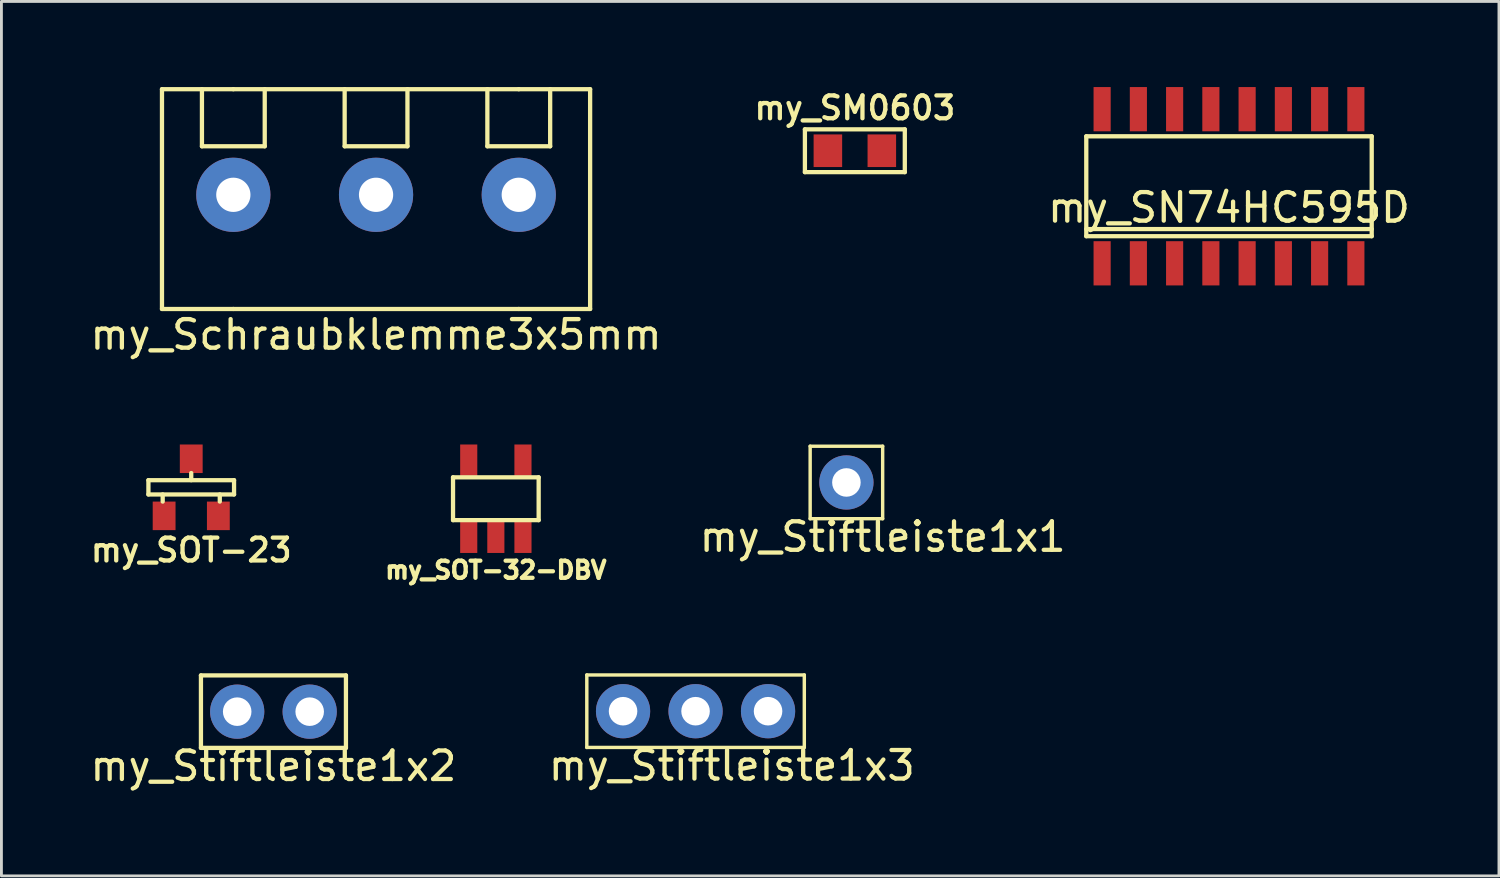
<source format=kicad_pcb>
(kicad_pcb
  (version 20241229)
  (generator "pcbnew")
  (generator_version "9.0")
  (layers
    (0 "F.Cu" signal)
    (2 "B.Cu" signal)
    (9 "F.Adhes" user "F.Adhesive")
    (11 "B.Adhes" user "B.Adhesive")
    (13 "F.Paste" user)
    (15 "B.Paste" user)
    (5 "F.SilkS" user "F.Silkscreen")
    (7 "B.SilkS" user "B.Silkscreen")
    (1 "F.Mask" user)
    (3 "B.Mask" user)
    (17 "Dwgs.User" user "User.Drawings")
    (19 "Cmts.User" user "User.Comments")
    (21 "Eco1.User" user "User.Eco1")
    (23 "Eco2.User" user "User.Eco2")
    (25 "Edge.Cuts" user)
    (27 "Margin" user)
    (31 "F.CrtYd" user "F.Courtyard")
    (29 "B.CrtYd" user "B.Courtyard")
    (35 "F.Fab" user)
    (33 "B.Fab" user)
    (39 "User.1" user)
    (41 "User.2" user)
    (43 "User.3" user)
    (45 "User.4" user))
  (footprint "my_Stiftleiste1x3"
    (layer "F.Cu")
    (at 21.319 21.867)
    (property "Reference" "my_Stiftleiste1x3" (at 1.27 1.905 0) (layer "F.SilkS") (effects (font (size 1 1) (thickness 0.15))))
    (attr through_hole)
    (fp_line (start -3.81 -1.27) (end 3.81 -1.27) (stroke (width 0.12) (type solid)) (layer "F.SilkS"))
    (fp_line (start -3.81 1.27) (end -3.81 -1.27) (stroke (width 0.12) (type solid)) (layer "F.SilkS"))
    (fp_line (start 3.81 -1.27) (end 3.81 1.27) (stroke (width 0.12) (type solid)) (layer "F.SilkS"))
    (fp_line (start 3.81 1.27) (end -3.81 1.27) (stroke (width 0.12) (type solid)) (layer "F.SilkS"))
    (pad "1" thru_hole circle (at -2.54 0) (size 1.9 1.9) (drill 1) (layers "*.Cu" "*.Mask"))
    (pad "2" thru_hole circle (at 0 0) (size 1.9 1.9) (drill 1) (layers "*.Cu" "*.Mask"))
    (pad "3" thru_hole circle (at 2.54 0) (size 1.9 1.9) (drill 1) (layers "*.Cu" "*.Mask")))
  (footprint "my_Schraubklemme3x5mm"
    (layer "F.Cu")
    (at 10.125 3.775)
    (property "Reference" "my_Schraubklemme3x5mm" (at 0 4.9 0) (layer "F.SilkS") (effects (font (size 1 1) (thickness 0.15))))
    (attr through_hole)
    (fp_line (start -7.5 -3.7) (end -7.5 4) (stroke (width 0.15) (type solid)) (layer "F.SilkS"))
    (fp_line (start -7.5 4) (end -5 4) (stroke (width 0.15) (type solid)) (layer "F.SilkS"))
    (fp_line (start -6.1 -3.7) (end -6.1 -1.7) (stroke (width 0.15) (type solid)) (layer "F.SilkS"))
    (fp_line (start -6.1 -1.7) (end -3.9 -1.7) (stroke (width 0.15) (type solid)) (layer "F.SilkS"))
    (fp_line (start -5 -3.7) (end -7.5 -3.7) (stroke (width 0.15) (type solid)) (layer "F.SilkS"))
    (fp_line (start -5 -3.7) (end 5 -3.7) (stroke (width 0.15) (type solid)) (layer "F.SilkS"))
    (fp_line (start -3.9 -1.7) (end -3.9 -3.7) (stroke (width 0.15) (type solid)) (layer "F.SilkS"))
    (fp_line (start -1.1 -3.7) (end -1.1 -1.7) (stroke (width 0.15) (type solid)) (layer "F.SilkS"))
    (fp_line (start -1.1 -1.7) (end 1.1 -1.7) (stroke (width 0.15) (type solid)) (layer "F.SilkS"))
    (fp_line (start 1.1 -1.7) (end 1.1 -3.7) (stroke (width 0.15) (type solid)) (layer "F.SilkS"))
    (fp_line (start 3.9 -3.7) (end 3.9 -1.7) (stroke (width 0.15) (type solid)) (layer "F.SilkS"))
    (fp_line (start 3.9 -1.7) (end 6.1 -1.7) (stroke (width 0.15) (type solid)) (layer "F.SilkS"))
    (fp_line (start 5 -3.7) (end 7.5 -3.7) (stroke (width 0.15) (type solid)) (layer "F.SilkS"))
    (fp_line (start 5 4) (end -5 4) (stroke (width 0.15) (type solid)) (layer "F.SilkS"))
    (fp_line (start 6.1 -1.7) (end 6.1 -3.7) (stroke (width 0.15) (type solid)) (layer "F.SilkS"))
    (fp_line (start 7.5 -3.7) (end 7.5 4) (stroke (width 0.15) (type solid)) (layer "F.SilkS"))
    (fp_line (start 7.5 4) (end 5 4) (stroke (width 0.15) (type solid)) (layer "F.SilkS"))
    (pad "1" thru_hole circle (at 5 0) (size 2.6 2.6) (drill 1.2) (layers "*.Cu" "*.Mask"))
    (pad "2" thru_hole circle (at 0 0) (size 2.6 2.6) (drill 1.2) (layers "*.Cu" "*.Mask"))
    (pad "3" thru_hole circle (at -5 0) (size 2.6 2.6) (drill 1.2) (layers "*.Cu" "*.Mask")))
  (footprint "my_Stiftleiste1x2"
    (layer "F.Cu")
    (at 6.53 21.883)
    (property "Reference" "my_Stiftleiste1x2" (at 0 1.905 0) (layer "F.SilkS") (effects (font (size 1 1) (thickness 0.15))))
    (attr through_hole)
    (fp_line (start -2.54 -1.27) (end 2.54 -1.27) (stroke (width 0.15) (type solid)) (layer "F.SilkS"))
    (fp_line (start -2.54 1.27) (end -2.54 -1.27) (stroke (width 0.15) (type solid)) (layer "F.SilkS"))
    (fp_line (start 2.54 -1.27) (end 2.54 1.27) (stroke (width 0.15) (type solid)) (layer "F.SilkS"))
    (fp_line (start 2.54 1.27) (end -2.54 1.27) (stroke (width 0.15) (type solid)) (layer "F.SilkS"))
    (pad "1" thru_hole circle (at -1.27 0) (size 1.9 1.9) (drill 1) (layers "*.Cu" "*.Mask"))
    (pad "2" thru_hole circle (at 1.27 0) (size 1.9 1.9) (drill 1) (layers "*.Cu" "*.Mask")))
  (footprint "my_Stiftleiste1x1"
    (layer "F.Cu")
    (at 26.604 13.853)
    (property "Reference" "my_Stiftleiste1x1" (at 1.27 1.905 0) (layer "F.SilkS") (effects (font (size 1 1) (thickness 0.15))))
    (attr through_hole)
    (fp_line (start -1.27 -1.27) (end -1.27 1.27) (stroke (width 0.12) (type solid)) (layer "F.SilkS"))
    (fp_line (start -1.27 1.27) (end 1.27 1.27) (stroke (width 0.12) (type solid)) (layer "F.SilkS"))
    (fp_line (start 1.27 -1.27) (end -1.27 -1.27) (stroke (width 0.12) (type solid)) (layer "F.SilkS"))
    (fp_line (start 1.27 1.27) (end 1.27 -1.27) (stroke (width 0.12) (type solid)) (layer "F.SilkS"))
    (pad "1" thru_hole circle (at 0 0) (size 1.9 1.9) (drill 1) (layers "*.Cu" "*.Mask")))
  (footprint "my_SN74HC595D"
    (layer "F.Cu")
    (at 40.008 3.475)
    (property "Reference" "my_SN74HC595D" (at 0 0.75 0) (layer "F.SilkS") (effects (font (size 1 1) (thickness 0.15))))
    (attr through_hole)
    (fp_line (start -5 -1.75) (end 5 -1.75) (stroke (width 0.15) (type solid)) (layer "F.SilkS"))
    (fp_line (start -5 1.75) (end -5 -1.75) (stroke (width 0.15) (type solid)) (layer "F.SilkS"))
    (fp_line (start 5 -1.75) (end 5 1.75) (stroke (width 0.15) (type solid)) (layer "F.SilkS"))
    (fp_line (start 5 1.5) (end -5 1.5) (stroke (width 0.15) (type solid)) (layer "F.SilkS"))
    (fp_line (start 5 1.75) (end -5 1.75) (stroke (width 0.15) (type solid)) (layer "F.SilkS"))
    (pad "1" smd rect (at -4.445 2.7) (size 0.6 1.55) (layers "F.Cu" "F.Mask" "F.Paste"))
    (pad "2" smd rect (at -3.175 2.7) (size 0.6 1.55) (layers "F.Cu" "F.Mask" "F.Paste"))
    (pad "3" smd rect (at -1.905 2.7) (size 0.6 1.55) (layers "F.Cu" "F.Mask" "F.Paste"))
    (pad "4" smd rect (at -0.635 2.7) (size 0.6 1.55) (layers "F.Cu" "F.Mask" "F.Paste"))
    (pad "5" smd rect (at 0.635 2.7) (size 0.6 1.55) (layers "F.Cu" "F.Mask" "F.Paste"))
    (pad "6" smd rect (at 1.905 2.7) (size 0.6 1.55) (layers "F.Cu" "F.Mask" "F.Paste"))
    (pad "7" smd rect (at 3.175 2.7) (size 0.6 1.55) (layers "F.Cu" "F.Mask" "F.Paste"))
    (pad "8" smd rect (at 4.445 2.7) (size 0.6 1.55) (layers "F.Cu" "F.Mask" "F.Paste"))
    (pad "9" smd rect (at 4.445 -2.7) (size 0.6 1.55) (layers "F.Cu" "F.Mask" "F.Paste"))
    (pad "10" smd rect (at 3.175 -2.7) (size 0.6 1.55) (layers "F.Cu" "F.Mask" "F.Paste"))
    (pad "11" smd rect (at 1.905 -2.7) (size 0.6 1.55) (layers "F.Cu" "F.Mask" "F.Paste"))
    (pad "12" smd rect (at 0.635 -2.7) (size 0.6 1.55) (layers "F.Cu" "F.Mask" "F.Paste"))
    (pad "13" smd rect (at -0.635 -2.7) (size 0.6 1.55) (layers "F.Cu" "F.Mask" "F.Paste"))
    (pad "14" smd rect (at -1.905 -2.7) (size 0.6 1.55) (layers "F.Cu" "F.Mask" "F.Paste"))
    (pad "15" smd rect (at -3.175 -2.7) (size 0.6 1.55) (layers "F.Cu" "F.Mask" "F.Paste"))
    (pad "16" smd rect (at -4.445 -2.7) (size 0.6 1.55) (layers "F.Cu" "F.Mask" "F.Paste")))
  (footprint "my_SOT-23"
    (layer "F.Cu")
    (at 3.65 14.023)
    (property "Reference" "my_SOT-23" (at 0 2.2 0) (layer "F.SilkS") (effects (font (size 0.8 0.8) (thickness 0.15))))
    (attr through_hole)
    (fp_line (start -1.5 -0.25) (end -1.5 0.25) (stroke (width 0.15) (type solid)) (layer "F.SilkS"))
    (fp_line (start -1.5 0.25) (end 1.5 0.25) (stroke (width 0.15) (type solid)) (layer "F.SilkS"))
    (fp_line (start -1 0.25) (end -1 0.5) (stroke (width 0.15) (type solid)) (layer "F.SilkS"))
    (fp_line (start 0 -0.25) (end 0 -0.5) (stroke (width 0.15) (type solid)) (layer "F.SilkS"))
    (fp_line (start 1 0.25) (end 1 0.5) (stroke (width 0.15) (type solid)) (layer "F.SilkS"))
    (fp_line (start 1.5 -0.25) (end -1.5 -0.25) (stroke (width 0.15) (type solid)) (layer "F.SilkS"))
    (fp_line (start 1.5 0.25) (end 1.5 -0.25) (stroke (width 0.15) (type solid)) (layer "F.SilkS"))
    (pad "1" smd rect (at -0.95 1) (size 0.8 1) (layers "F.Cu" "F.Mask" "F.Paste"))
    (pad "2" smd rect (at 0.95 1) (size 0.8 1) (layers "F.Cu" "F.Mask" "F.Paste"))
    (pad "3" smd rect (at 0 -1) (size 0.8 1) (layers "F.Cu" "F.Mask" "F.Paste")))
  (footprint "my_SOT-32-DBV"
    (layer "F.Cu")
    (at 14.322 14.423)
    (property "Reference" "my_SOT-32-DBV" (at 0 2.5 0) (layer "F.SilkS") (effects (font (size 0.6 0.6) (thickness 0.15))))
    (attr through_hole)
    (fp_line (start -1.5 -0.75) (end -1.5 0.75) (stroke (width 0.15) (type solid)) (layer "F.SilkS"))
    (fp_line (start -1.5 0.75) (end 1.5 0.75) (stroke (width 0.15) (type solid)) (layer "F.SilkS"))
    (fp_line (start 1.5 -0.75) (end -1.5 -0.75) (stroke (width 0.15) (type solid)) (layer "F.SilkS"))
    (fp_line (start 1.5 0.75) (end 1.5 -0.75) (stroke (width 0.15) (type solid)) (layer "F.SilkS"))
    (pad "1" smd rect (at -0.95 1.35) (size 0.6 1.1) (layers "F.Cu" "F.Mask" "F.Paste"))
    (pad "2" smd rect (at 0 1.35) (size 0.6 1.1) (layers "F.Cu" "F.Mask" "F.Paste"))
    (pad "3" smd rect (at 0.95 1.35) (size 0.6 1.1) (layers "F.Cu" "F.Mask" "F.Paste"))
    (pad "4" smd rect (at 0.95 -1.35) (size 0.6 1.1) (layers "F.Cu" "F.Mask" "F.Paste"))
    (pad "5" smd rect (at -0.95 -1.35) (size 0.6 1.1) (layers "F.Cu" "F.Mask" "F.Paste")))
  (footprint "my_SM0603"
    (layer "F.Cu")
    (at 26.9 2.231)
    (property "Reference" "my_SM0603" (at 0 -1.5 0) (layer "F.SilkS") (effects (font (size 0.8 0.8) (thickness 0.15))))
    (attr smd)
    (fp_line (start -1.75 -0.75) (end 1.75 -0.75) (stroke (width 0.15) (type solid)) (layer "F.SilkS"))
    (fp_line (start -1.75 0.75) (end -1.75 -0.75) (stroke (width 0.15) (type solid)) (layer "F.SilkS"))
    (fp_line (start 1.75 -0.75) (end 1.75 0.75) (stroke (width 0.15) (type solid)) (layer "F.SilkS"))
    (fp_line (start 1.75 0.75) (end -1.75 0.75) (stroke (width 0.15) (type solid)) (layer "F.SilkS"))
    (pad "1" smd rect (at -0.945 0) (size 1 1.143) (layers "F.Cu" "F.Mask" "F.Paste"))
    (pad "2" smd rect (at 0.945 0) (size 1 1.143) (layers "F.Cu" "F.Mask" "F.Paste")))
  (gr_rect
    (start -3 -3)
    (end 49.466 27.636)
    (stroke (width 0.1) (type default))
    (fill no)
    (layer "Edge.Cuts")))
</source>
